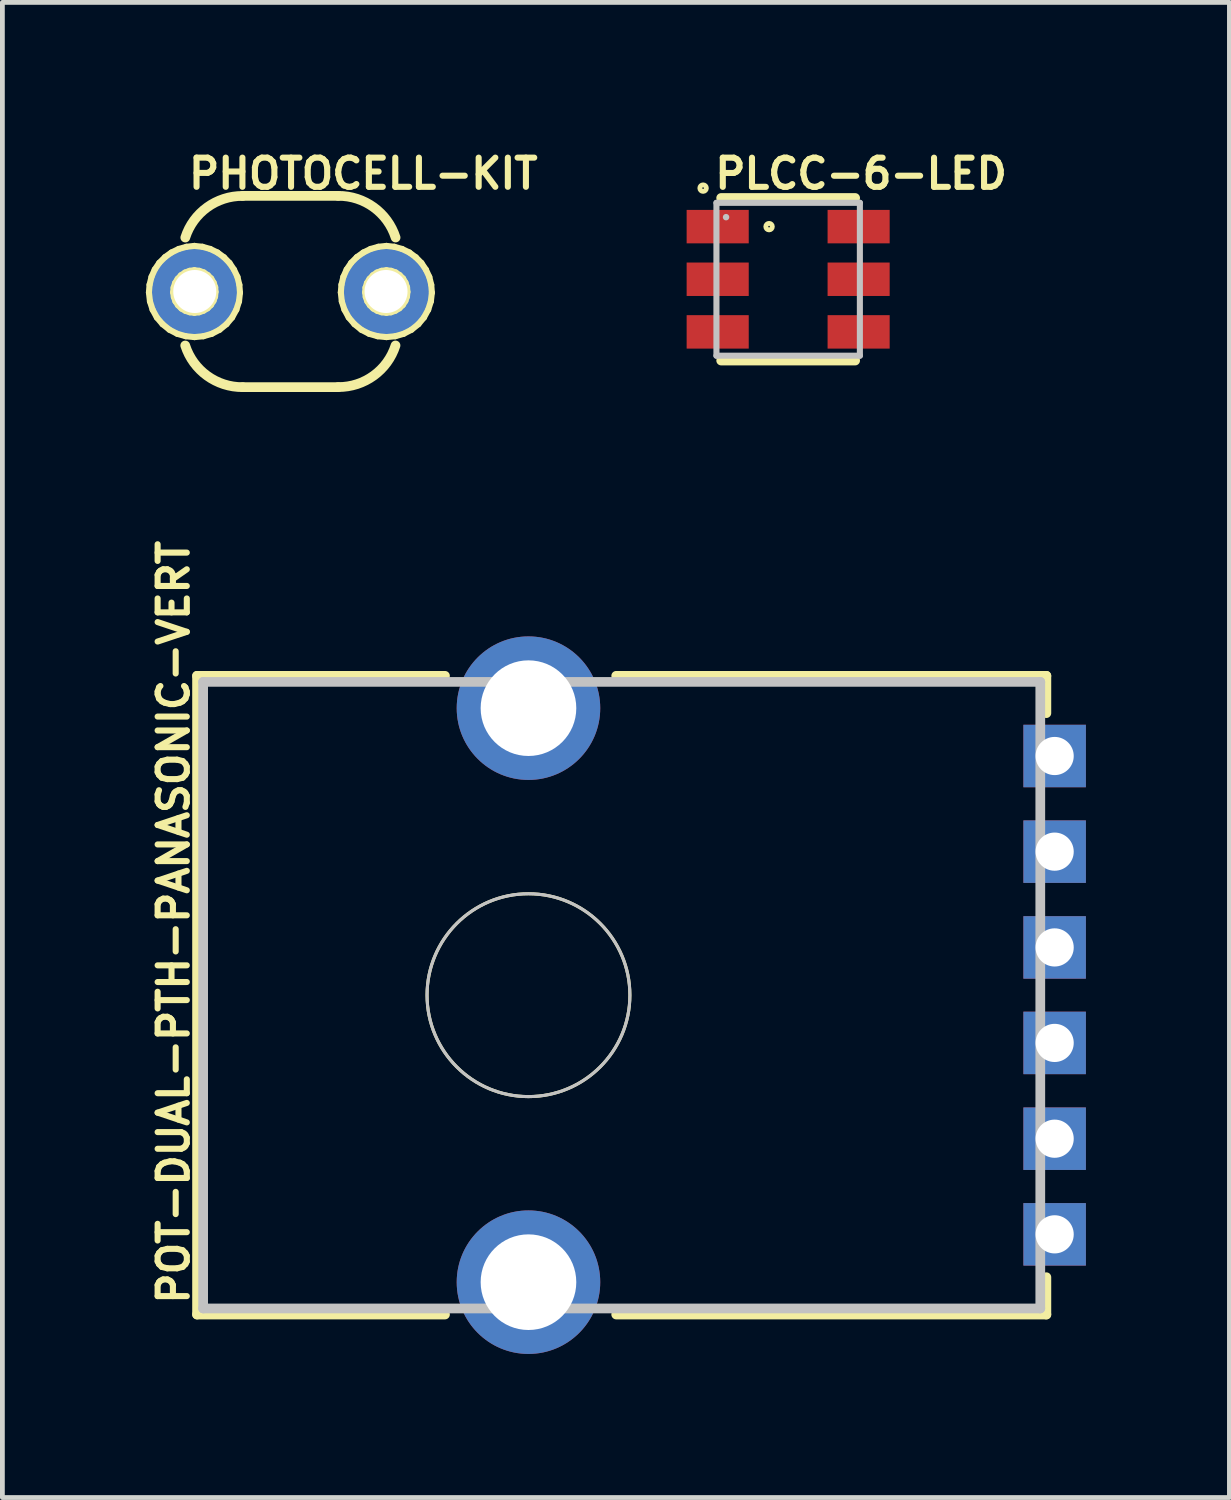
<source format=kicad_pcb>
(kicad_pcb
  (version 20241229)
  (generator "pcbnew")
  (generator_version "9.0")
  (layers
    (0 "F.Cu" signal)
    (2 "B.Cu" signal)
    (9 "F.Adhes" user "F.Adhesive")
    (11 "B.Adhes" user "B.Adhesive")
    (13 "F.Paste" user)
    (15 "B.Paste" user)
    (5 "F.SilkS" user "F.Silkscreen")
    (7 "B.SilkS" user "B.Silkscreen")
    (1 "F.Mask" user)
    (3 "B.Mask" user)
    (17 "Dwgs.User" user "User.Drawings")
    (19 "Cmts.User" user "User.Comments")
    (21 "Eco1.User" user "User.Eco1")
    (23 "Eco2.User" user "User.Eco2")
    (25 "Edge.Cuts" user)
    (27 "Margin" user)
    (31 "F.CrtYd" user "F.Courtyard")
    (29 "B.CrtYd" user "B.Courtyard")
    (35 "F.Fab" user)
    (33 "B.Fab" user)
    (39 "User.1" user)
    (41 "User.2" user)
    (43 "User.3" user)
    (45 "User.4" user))
  (footprint "PLCC-6-LED"
    (layer "F.Cu")
    (at 13.424 2.787)
    (property "Reference" "PLCC-6-LED" (at 1.524 -2.207 0) (layer "F.SilkS") (effects (font (size 0.61 0.61) (thickness 0.127))))
    (attr smd)
    (fp_line (start -1.4 -1.699) (end 1.4 -1.699) (stroke (width 0.203) (type solid)) (layer "F.SilkS"))
    (fp_line (start 1.4 1.699) (end -1.4 1.699) (stroke (width 0.203) (type solid)) (layer "F.SilkS"))
    (fp_circle (center -1.778 -1.905) (end -1.826 -1.953) (stroke (width 0.102) (type solid)) (fill no) (layer "F.SilkS"))
    (fp_circle (center -0.399 -1.1) (end -0.447 -1.148) (stroke (width 0.102) (type solid)) (fill no) (layer "F.SilkS"))
    (fp_line (start -1.499 -1.598) (end 1.499 -1.598) (stroke (width 0.127) (type solid)) (layer "Dwgs.User"))
    (fp_line (start -1.499 1.598) (end -1.499 -1.598) (stroke (width 0.127) (type solid)) (layer "Dwgs.User"))
    (fp_line (start 1.499 -1.598) (end 1.499 1.598) (stroke (width 0.127) (type solid)) (layer "Dwgs.User"))
    (fp_line (start 1.499 1.598) (end -1.499 1.598) (stroke (width 0.127) (type solid)) (layer "Dwgs.User"))
    (fp_circle (center -1.298 -1.298) (end -1.346 -1.346) (stroke (width 0) (type solid)) (fill yes) (layer "Dwgs.User"))
    (pad "AB" smd rect (at 1.473 -1.1) (size 1.298 0.699) (layers "F.Cu" "F.Mask" "F.Paste"))
    (pad "AG" smd rect (at 1.473 1.1) (size 1.298 0.699) (layers "F.Cu" "F.Mask" "F.Paste"))
    (pad "AR" smd rect (at 1.473 0) (size 1.298 0.699) (layers "F.Cu" "F.Mask" "F.Paste"))
    (pad "CB" smd rect (at -1.473 -1.1) (size 1.298 0.699) (layers "F.Cu" "F.Mask" "F.Paste"))
    (pad "CG" smd rect (at -1.473 1.1) (size 1.298 0.699) (layers "F.Cu" "F.Mask" "F.Paste"))
    (pad "CR" smd rect (at -1.473 0) (size 1.298 0.699) (layers "F.Cu" "F.Mask" "F.Paste")))
  (footprint "POT-DUAL-PTH-PANASONIC-VERT"
    (layer "F.Cu")
    (at 7.996 17.751)
    (property "Reference" "POT-DUAL-PTH-PANASONIC-VERT" (at -7.417 -1.524 90) (layer "F.SilkS") (effects (font (size 0.61 0.61) (thickness 0.127))))
    (attr exclude_from_pos_files exclude_from_bom)
    (fp_line (start -6.927 6.675) (end -6.927 -6.675) (stroke (width 0.203) (type solid)) (layer "F.SilkS"))
    (fp_line (start -1.745 -6.675) (end -6.927 -6.675) (stroke (width 0.203) (type solid)) (layer "F.SilkS"))
    (fp_line (start -1.745 6.675) (end -6.927 6.675) (stroke (width 0.203) (type solid)) (layer "F.SilkS"))
    (fp_line (start 10.825 -6.675) (end 1.834 -6.675) (stroke (width 0.203) (type solid)) (layer "F.SilkS"))
    (fp_line (start 10.825 -6.675) (end 10.825 -5.895) (stroke (width 0.203) (type solid)) (layer "F.SilkS"))
    (fp_line (start 10.825 5.895) (end 10.825 6.675) (stroke (width 0.203) (type solid)) (layer "F.SilkS"))
    (fp_line (start 10.825 6.675) (end 1.834 6.675) (stroke (width 0.203) (type solid)) (layer "F.SilkS"))
    (fp_circle (center 0 0) (end -1.499 1.499) (stroke (width 0.064) (type solid)) (fill no) (layer "F.SilkS"))
    (fp_line (start -6.8 -6.548) (end 10.698 -6.548) (stroke (width 0.203) (type solid)) (layer "Dwgs.User"))
    (fp_line (start -6.8 6.548) (end -6.8 -6.548) (stroke (width 0.203) (type solid)) (layer "Dwgs.User"))
    (fp_line (start 10.698 -6.548) (end 10.698 6.548) (stroke (width 0.203) (type solid)) (layer "Dwgs.User"))
    (fp_line (start 10.698 6.548) (end -6.8 6.548) (stroke (width 0.203) (type solid)) (layer "Dwgs.User"))
    (fp_circle (center 0 0) (end -1.499 1.499) (stroke (width 0.064) (type solid)) (fill no) (layer "Dwgs.User"))
    (pad "A1" thru_hole rect (at 10.998 3) (size 1.306 1.306) (drill 0.798) (layers "*.Cu" "*.Paste" "*.Mask"))
    (pad "A2" thru_hole rect (at 10.998 4.999) (size 1.306 1.306) (drill 0.798) (layers "*.Cu" "*.Paste" "*.Mask"))
    (pad "A3" thru_hole rect (at 10.998 -4.999) (size 1.306 1.306) (drill 0.798) (layers "*.Cu" "*.Paste" "*.Mask"))
    (pad "B1" thru_hole rect (at 10.998 0.998) (size 1.306 1.306) (drill 0.798) (layers "*.Cu" "*.Paste" "*.Mask"))
    (pad "B2" thru_hole rect (at 10.998 -0.998) (size 1.306 1.306) (drill 0.798) (layers "*.Cu" "*.Paste" "*.Mask"))
    (pad "B3" thru_hole rect (at 10.998 -3) (size 1.306 1.306) (drill 0.798) (layers "*.Cu" "*.Paste" "*.Mask"))
    (pad "P$4" thru_hole circle (at 0 5.999) (size 3 3) (drill 1.999) (layers "*.Cu" "*.Paste" "*.Mask"))
    (pad "P$5" thru_hole circle (at 0 -5.999) (size 3 3) (drill 1.999) (layers "*.Cu" "*.Paste" "*.Mask")))
  (footprint "PHOTOCELL-KIT"
    (layer "F.Cu")
    (at 3.02 3.043)
    (property "Reference" "PHOTOCELL-KIT" (at 1.524 -2.464 0) (layer "F.SilkS") (effects (font (size 0.61 0.61) (thickness 0.127))))
    (attr exclude_from_pos_files exclude_from_bom)
    (fp_line (start -2.957 0.02) (end -2.944 -0.142) (stroke (width 0.127) (type solid)) (layer "F.SilkS"))
    (fp_line (start -2.944 -0.142) (end -2.903 -0.307) (stroke (width 0.127) (type solid)) (layer "F.SilkS"))
    (fp_line (start -2.936 0.206) (end -2.957 0.02) (stroke (width 0.127) (type solid)) (layer "F.SilkS"))
    (fp_line (start -2.903 -0.307) (end -2.835 -0.46) (stroke (width 0.127) (type solid)) (layer "F.SilkS"))
    (fp_line (start -2.88 0.381) (end -2.936 0.206) (stroke (width 0.127) (type solid)) (layer "F.SilkS"))
    (fp_line (start -2.835 -0.46) (end -2.741 -0.599) (stroke (width 0.127) (type solid)) (layer "F.SilkS"))
    (fp_line (start -2.791 0.544) (end -2.88 0.381) (stroke (width 0.127) (type solid)) (layer "F.SilkS"))
    (fp_line (start -2.741 -0.599) (end -2.621 -0.719) (stroke (width 0.127) (type solid)) (layer "F.SilkS"))
    (fp_line (start -2.672 0.683) (end -2.791 0.544) (stroke (width 0.127) (type solid)) (layer "F.SilkS"))
    (fp_line (start -2.621 -0.719) (end -2.487 -0.815) (stroke (width 0.127) (type solid)) (layer "F.SilkS"))
    (fp_line (start -2.527 0.8) (end -2.672 0.683) (stroke (width 0.127) (type solid)) (layer "F.SilkS"))
    (fp_line (start -2.487 -0.815) (end -2.334 -0.889) (stroke (width 0.127) (type solid)) (layer "F.SilkS"))
    (fp_line (start -2.451 0.018) (end -2.441 -0.081) (stroke (width 0.127) (type solid)) (layer "F.SilkS"))
    (fp_line (start -2.441 -0.081) (end -2.41 -0.178) (stroke (width 0.127) (type solid)) (layer "F.SilkS"))
    (fp_line (start -2.436 0.114) (end -2.451 0.018) (stroke (width 0.127) (type solid)) (layer "F.SilkS"))
    (fp_line (start -2.41 -0.178) (end -2.357 -0.264) (stroke (width 0.127) (type solid)) (layer "F.SilkS"))
    (fp_line (start -2.403 0.206) (end -2.436 0.114) (stroke (width 0.127) (type solid)) (layer "F.SilkS"))
    (fp_line (start -2.365 0.884) (end -2.527 0.8) (stroke (width 0.127) (type solid)) (layer "F.SilkS"))
    (fp_line (start -2.357 -0.264) (end -2.286 -0.34) (stroke (width 0.127) (type solid)) (layer "F.SilkS"))
    (fp_line (start -2.349 0.287) (end -2.403 0.206) (stroke (width 0.127) (type solid)) (layer "F.SilkS"))
    (fp_line (start -2.334 -0.889) (end -2.172 -0.935) (stroke (width 0.127) (type solid)) (layer "F.SilkS"))
    (fp_line (start -2.286 -0.34) (end -2.202 -0.396) (stroke (width 0.127) (type solid)) (layer "F.SilkS"))
    (fp_line (start -2.278 0.356) (end -2.349 0.287) (stroke (width 0.127) (type solid)) (layer "F.SilkS"))
    (fp_line (start -2.202 -0.396) (end -2.106 -0.432) (stroke (width 0.127) (type solid)) (layer "F.SilkS"))
    (fp_line (start -2.195 0.404) (end -2.278 0.356) (stroke (width 0.127) (type solid)) (layer "F.SilkS"))
    (fp_line (start -2.187 0.935) (end -2.365 0.884) (stroke (width 0.127) (type solid)) (layer "F.SilkS"))
    (fp_line (start -2.172 -0.935) (end -2.007 -0.953) (stroke (width 0.127) (type solid)) (layer "F.SilkS"))
    (fp_line (start -2.106 -0.432) (end -2.007 -0.445) (stroke (width 0.127) (type solid)) (layer "F.SilkS"))
    (fp_line (start -2.103 0.434) (end -2.195 0.404) (stroke (width 0.127) (type solid)) (layer "F.SilkS"))
    (fp_line (start -2.007 -0.953) (end -1.839 -0.935) (stroke (width 0.127) (type solid)) (layer "F.SilkS"))
    (fp_line (start -2.007 -0.445) (end -1.905 -0.432) (stroke (width 0.127) (type solid)) (layer "F.SilkS"))
    (fp_line (start -2.007 0.445) (end -2.103 0.434) (stroke (width 0.127) (type solid)) (layer "F.SilkS"))
    (fp_line (start -2.004 0.953) (end -2.187 0.935) (stroke (width 0.127) (type solid)) (layer "F.SilkS"))
    (fp_line (start -1.908 0.434) (end -2.007 0.445) (stroke (width 0.127) (type solid)) (layer "F.SilkS"))
    (fp_line (start -1.905 -0.432) (end -1.811 -0.399) (stroke (width 0.127) (type solid)) (layer "F.SilkS"))
    (fp_line (start -1.839 -0.935) (end -1.676 -0.889) (stroke (width 0.127) (type solid)) (layer "F.SilkS"))
    (fp_line (start -1.819 0.935) (end -2.004 0.953) (stroke (width 0.127) (type solid)) (layer "F.SilkS"))
    (fp_line (start -1.816 0.401) (end -1.908 0.434) (stroke (width 0.127) (type solid)) (layer "F.SilkS"))
    (fp_line (start -1.811 -0.399) (end -1.727 -0.343) (stroke (width 0.127) (type solid)) (layer "F.SilkS"))
    (fp_line (start -1.732 0.351) (end -1.816 0.401) (stroke (width 0.127) (type solid)) (layer "F.SilkS"))
    (fp_line (start -1.727 -0.343) (end -1.656 -0.272) (stroke (width 0.127) (type solid)) (layer "F.SilkS"))
    (fp_line (start -1.676 -0.889) (end -1.524 -0.815) (stroke (width 0.127) (type solid)) (layer "F.SilkS"))
    (fp_line (start -1.661 0.282) (end -1.732 0.351) (stroke (width 0.127) (type solid)) (layer "F.SilkS"))
    (fp_line (start -1.656 -0.272) (end -1.605 -0.185) (stroke (width 0.127) (type solid)) (layer "F.SilkS"))
    (fp_line (start -1.643 0.884) (end -1.819 0.935) (stroke (width 0.127) (type solid)) (layer "F.SilkS"))
    (fp_line (start -1.608 0.198) (end -1.661 0.282) (stroke (width 0.127) (type solid)) (layer "F.SilkS"))
    (fp_line (start -1.605 -0.185) (end -1.572 -0.089) (stroke (width 0.127) (type solid)) (layer "F.SilkS"))
    (fp_line (start -1.575 0.107) (end -1.608 0.198) (stroke (width 0.127) (type solid)) (layer "F.SilkS"))
    (fp_line (start -1.572 -0.089) (end -1.565 0.008) (stroke (width 0.127) (type solid)) (layer "F.SilkS"))
    (fp_line (start -1.565 0.008) (end -1.575 0.107) (stroke (width 0.127) (type solid)) (layer "F.SilkS"))
    (fp_line (start -1.524 -0.815) (end -1.389 -0.716) (stroke (width 0.127) (type solid)) (layer "F.SilkS"))
    (fp_line (start -1.481 0.8) (end -1.643 0.884) (stroke (width 0.127) (type solid)) (layer "F.SilkS"))
    (fp_line (start -1.389 -0.716) (end -1.273 -0.597) (stroke (width 0.127) (type solid)) (layer "F.SilkS"))
    (fp_line (start -1.336 0.683) (end -1.481 0.8) (stroke (width 0.127) (type solid)) (layer "F.SilkS"))
    (fp_line (start -1.273 -0.597) (end -1.179 -0.457) (stroke (width 0.127) (type solid)) (layer "F.SilkS"))
    (fp_line (start -1.219 0.544) (end -1.336 0.683) (stroke (width 0.127) (type solid)) (layer "F.SilkS"))
    (fp_line (start -1.179 -0.457) (end -1.107 -0.305) (stroke (width 0.127) (type solid)) (layer "F.SilkS"))
    (fp_line (start -1.13 0.381) (end -1.219 0.544) (stroke (width 0.127) (type solid)) (layer "F.SilkS"))
    (fp_line (start -1.107 -0.305) (end -1.067 -0.14) (stroke (width 0.127) (type solid)) (layer "F.SilkS"))
    (fp_line (start -1.074 0.206) (end -1.13 0.381) (stroke (width 0.127) (type solid)) (layer "F.SilkS"))
    (fp_line (start -1.067 -0.14) (end -1.054 0.025) (stroke (width 0.127) (type solid)) (layer "F.SilkS"))
    (fp_line (start -1.054 0.025) (end -1.074 0.206) (stroke (width 0.127) (type solid)) (layer "F.SilkS"))
    (fp_line (start -0.998 -1.999) (end 0.998 -1.999) (stroke (width 0.203) (type solid)) (layer "F.SilkS"))
    (fp_line (start 0.998 1.999) (end -0.998 1.999) (stroke (width 0.203) (type solid)) (layer "F.SilkS"))
    (fp_line (start 1.054 0.02) (end 1.067 -0.142) (stroke (width 0.127) (type solid)) (layer "F.SilkS"))
    (fp_line (start 1.067 -0.142) (end 1.107 -0.307) (stroke (width 0.127) (type solid)) (layer "F.SilkS"))
    (fp_line (start 1.074 0.206) (end 1.054 0.02) (stroke (width 0.127) (type solid)) (layer "F.SilkS"))
    (fp_line (start 1.107 -0.307) (end 1.176 -0.46) (stroke (width 0.127) (type solid)) (layer "F.SilkS"))
    (fp_line (start 1.13 0.381) (end 1.074 0.206) (stroke (width 0.127) (type solid)) (layer "F.SilkS"))
    (fp_line (start 1.176 -0.46) (end 1.27 -0.599) (stroke (width 0.127) (type solid)) (layer "F.SilkS"))
    (fp_line (start 1.219 0.544) (end 1.13 0.381) (stroke (width 0.127) (type solid)) (layer "F.SilkS"))
    (fp_line (start 1.27 -0.599) (end 1.389 -0.719) (stroke (width 0.127) (type solid)) (layer "F.SilkS"))
    (fp_line (start 1.339 0.683) (end 1.219 0.544) (stroke (width 0.127) (type solid)) (layer "F.SilkS"))
    (fp_line (start 1.389 -0.719) (end 1.524 -0.815) (stroke (width 0.127) (type solid)) (layer "F.SilkS"))
    (fp_line (start 1.483 0.8) (end 1.339 0.683) (stroke (width 0.127) (type solid)) (layer "F.SilkS"))
    (fp_line (start 1.524 -0.815) (end 1.676 -0.889) (stroke (width 0.127) (type solid)) (layer "F.SilkS"))
    (fp_line (start 1.562 0.018) (end 1.57 -0.081) (stroke (width 0.127) (type solid)) (layer "F.SilkS"))
    (fp_line (start 1.57 -0.081) (end 1.6 -0.178) (stroke (width 0.127) (type solid)) (layer "F.SilkS"))
    (fp_line (start 1.575 0.114) (end 1.562 0.018) (stroke (width 0.127) (type solid)) (layer "F.SilkS"))
    (fp_line (start 1.6 -0.178) (end 1.654 -0.264) (stroke (width 0.127) (type solid)) (layer "F.SilkS"))
    (fp_line (start 1.608 0.206) (end 1.575 0.114) (stroke (width 0.127) (type solid)) (layer "F.SilkS"))
    (fp_line (start 1.646 0.884) (end 1.483 0.8) (stroke (width 0.127) (type solid)) (layer "F.SilkS"))
    (fp_line (start 1.654 -0.264) (end 1.725 -0.34) (stroke (width 0.127) (type solid)) (layer "F.SilkS"))
    (fp_line (start 1.661 0.287) (end 1.608 0.206) (stroke (width 0.127) (type solid)) (layer "F.SilkS"))
    (fp_line (start 1.676 -0.889) (end 1.839 -0.935) (stroke (width 0.127) (type solid)) (layer "F.SilkS"))
    (fp_line (start 1.725 -0.34) (end 1.808 -0.396) (stroke (width 0.127) (type solid)) (layer "F.SilkS"))
    (fp_line (start 1.732 0.356) (end 1.661 0.287) (stroke (width 0.127) (type solid)) (layer "F.SilkS"))
    (fp_line (start 1.808 -0.396) (end 1.905 -0.432) (stroke (width 0.127) (type solid)) (layer "F.SilkS"))
    (fp_line (start 1.816 0.404) (end 1.732 0.356) (stroke (width 0.127) (type solid)) (layer "F.SilkS"))
    (fp_line (start 1.824 0.935) (end 1.646 0.884) (stroke (width 0.127) (type solid)) (layer "F.SilkS"))
    (fp_line (start 1.839 -0.935) (end 2.007 -0.953) (stroke (width 0.127) (type solid)) (layer "F.SilkS"))
    (fp_line (start 1.905 -0.432) (end 2.007 -0.445) (stroke (width 0.127) (type solid)) (layer "F.SilkS"))
    (fp_line (start 1.908 0.434) (end 1.816 0.404) (stroke (width 0.127) (type solid)) (layer "F.SilkS"))
    (fp_line (start 2.007 -0.953) (end 2.172 -0.935) (stroke (width 0.127) (type solid)) (layer "F.SilkS"))
    (fp_line (start 2.007 -0.445) (end 2.106 -0.432) (stroke (width 0.127) (type solid)) (layer "F.SilkS"))
    (fp_line (start 2.007 0.445) (end 1.908 0.434) (stroke (width 0.127) (type solid)) (layer "F.SilkS"))
    (fp_line (start 2.007 0.953) (end 1.824 0.935) (stroke (width 0.127) (type solid)) (layer "F.SilkS"))
    (fp_line (start 2.103 0.434) (end 2.007 0.445) (stroke (width 0.127) (type solid)) (layer "F.SilkS"))
    (fp_line (start 2.106 -0.432) (end 2.2 -0.399) (stroke (width 0.127) (type solid)) (layer "F.SilkS"))
    (fp_line (start 2.172 -0.935) (end 2.334 -0.889) (stroke (width 0.127) (type solid)) (layer "F.SilkS"))
    (fp_line (start 2.192 0.935) (end 2.007 0.953) (stroke (width 0.127) (type solid)) (layer "F.SilkS"))
    (fp_line (start 2.195 0.401) (end 2.103 0.434) (stroke (width 0.127) (type solid)) (layer "F.SilkS"))
    (fp_line (start 2.2 -0.399) (end 2.283 -0.343) (stroke (width 0.127) (type solid)) (layer "F.SilkS"))
    (fp_line (start 2.278 0.351) (end 2.195 0.401) (stroke (width 0.127) (type solid)) (layer "F.SilkS"))
    (fp_line (start 2.283 -0.343) (end 2.355 -0.272) (stroke (width 0.127) (type solid)) (layer "F.SilkS"))
    (fp_line (start 2.334 -0.889) (end 2.487 -0.815) (stroke (width 0.127) (type solid)) (layer "F.SilkS"))
    (fp_line (start 2.349 0.282) (end 2.278 0.351) (stroke (width 0.127) (type solid)) (layer "F.SilkS"))
    (fp_line (start 2.355 -0.272) (end 2.405 -0.185) (stroke (width 0.127) (type solid)) (layer "F.SilkS"))
    (fp_line (start 2.367 0.884) (end 2.192 0.935) (stroke (width 0.127) (type solid)) (layer "F.SilkS"))
    (fp_line (start 2.403 0.198) (end 2.349 0.282) (stroke (width 0.127) (type solid)) (layer "F.SilkS"))
    (fp_line (start 2.405 -0.185) (end 2.438 -0.089) (stroke (width 0.127) (type solid)) (layer "F.SilkS"))
    (fp_line (start 2.436 0.107) (end 2.403 0.198) (stroke (width 0.127) (type solid)) (layer "F.SilkS"))
    (fp_line (start 2.438 -0.089) (end 2.446 0.008) (stroke (width 0.127) (type solid)) (layer "F.SilkS"))
    (fp_line (start 2.446 0.008) (end 2.436 0.107) (stroke (width 0.127) (type solid)) (layer "F.SilkS"))
    (fp_line (start 2.487 -0.815) (end 2.621 -0.716) (stroke (width 0.127) (type solid)) (layer "F.SilkS"))
    (fp_line (start 2.53 0.8) (end 2.367 0.884) (stroke (width 0.127) (type solid)) (layer "F.SilkS"))
    (fp_line (start 2.621 -0.716) (end 2.738 -0.597) (stroke (width 0.127) (type solid)) (layer "F.SilkS"))
    (fp_line (start 2.675 0.683) (end 2.53 0.8) (stroke (width 0.127) (type solid)) (layer "F.SilkS"))
    (fp_line (start 2.738 -0.597) (end 2.832 -0.457) (stroke (width 0.127) (type solid)) (layer "F.SilkS"))
    (fp_line (start 2.791 0.544) (end 2.675 0.683) (stroke (width 0.127) (type solid)) (layer "F.SilkS"))
    (fp_line (start 2.832 -0.457) (end 2.903 -0.305) (stroke (width 0.127) (type solid)) (layer "F.SilkS"))
    (fp_line (start 2.88 0.381) (end 2.791 0.544) (stroke (width 0.127) (type solid)) (layer "F.SilkS"))
    (fp_line (start 2.903 -0.305) (end 2.944 -0.14) (stroke (width 0.127) (type solid)) (layer "F.SilkS"))
    (fp_line (start 2.936 0.206) (end 2.88 0.381) (stroke (width 0.127) (type solid)) (layer "F.SilkS"))
    (fp_line (start 2.944 -0.14) (end 2.957 0.025) (stroke (width 0.127) (type solid)) (layer "F.SilkS"))
    (fp_line (start 2.957 0.025) (end 2.936 0.206) (stroke (width 0.127) (type solid)) (layer "F.SilkS"))
    (fp_arc (start -2.1971 -1.12776) (mid -1.740353 -1.75906) (end -0.99851 -1.997443) (stroke (width 0.2032) (type solid)) (layer "F.SilkS"))
    (fp_arc (start -0.99822 1.99898) (mid -1.74103 1.760471) (end -2.19848 1.128496) (stroke (width 0.2032) (type solid)) (layer "F.SilkS"))
    (fp_arc (start 0.99822 -1.99898) (mid 1.74103 -1.760471) (end 2.19848 -1.128496) (stroke (width 0.2032) (type solid)) (layer "F.SilkS"))
    (fp_arc (start 2.1971 1.12776) (mid 1.740353 1.75906) (end 0.99851 1.997443) (stroke (width 0.2032) (type solid)) (layer "F.SilkS"))
    (pad "1" thru_hole circle (at -1.999 0) (size 1.88 1.88) (drill 0.899) (layers "*.Cu" "*.Paste" "*.Mask"))
    (pad "2" thru_hole circle (at 1.999 0) (size 1.88 1.88) (drill 0.899) (layers "*.Cu" "*.Paste" "*.Mask")))
  (gr_rect
    (start -3 -3)
    (end 22.647 28.251)
    (stroke (width 0.1) (type default))
    (fill no)
    (layer "Edge.Cuts")))
</source>
